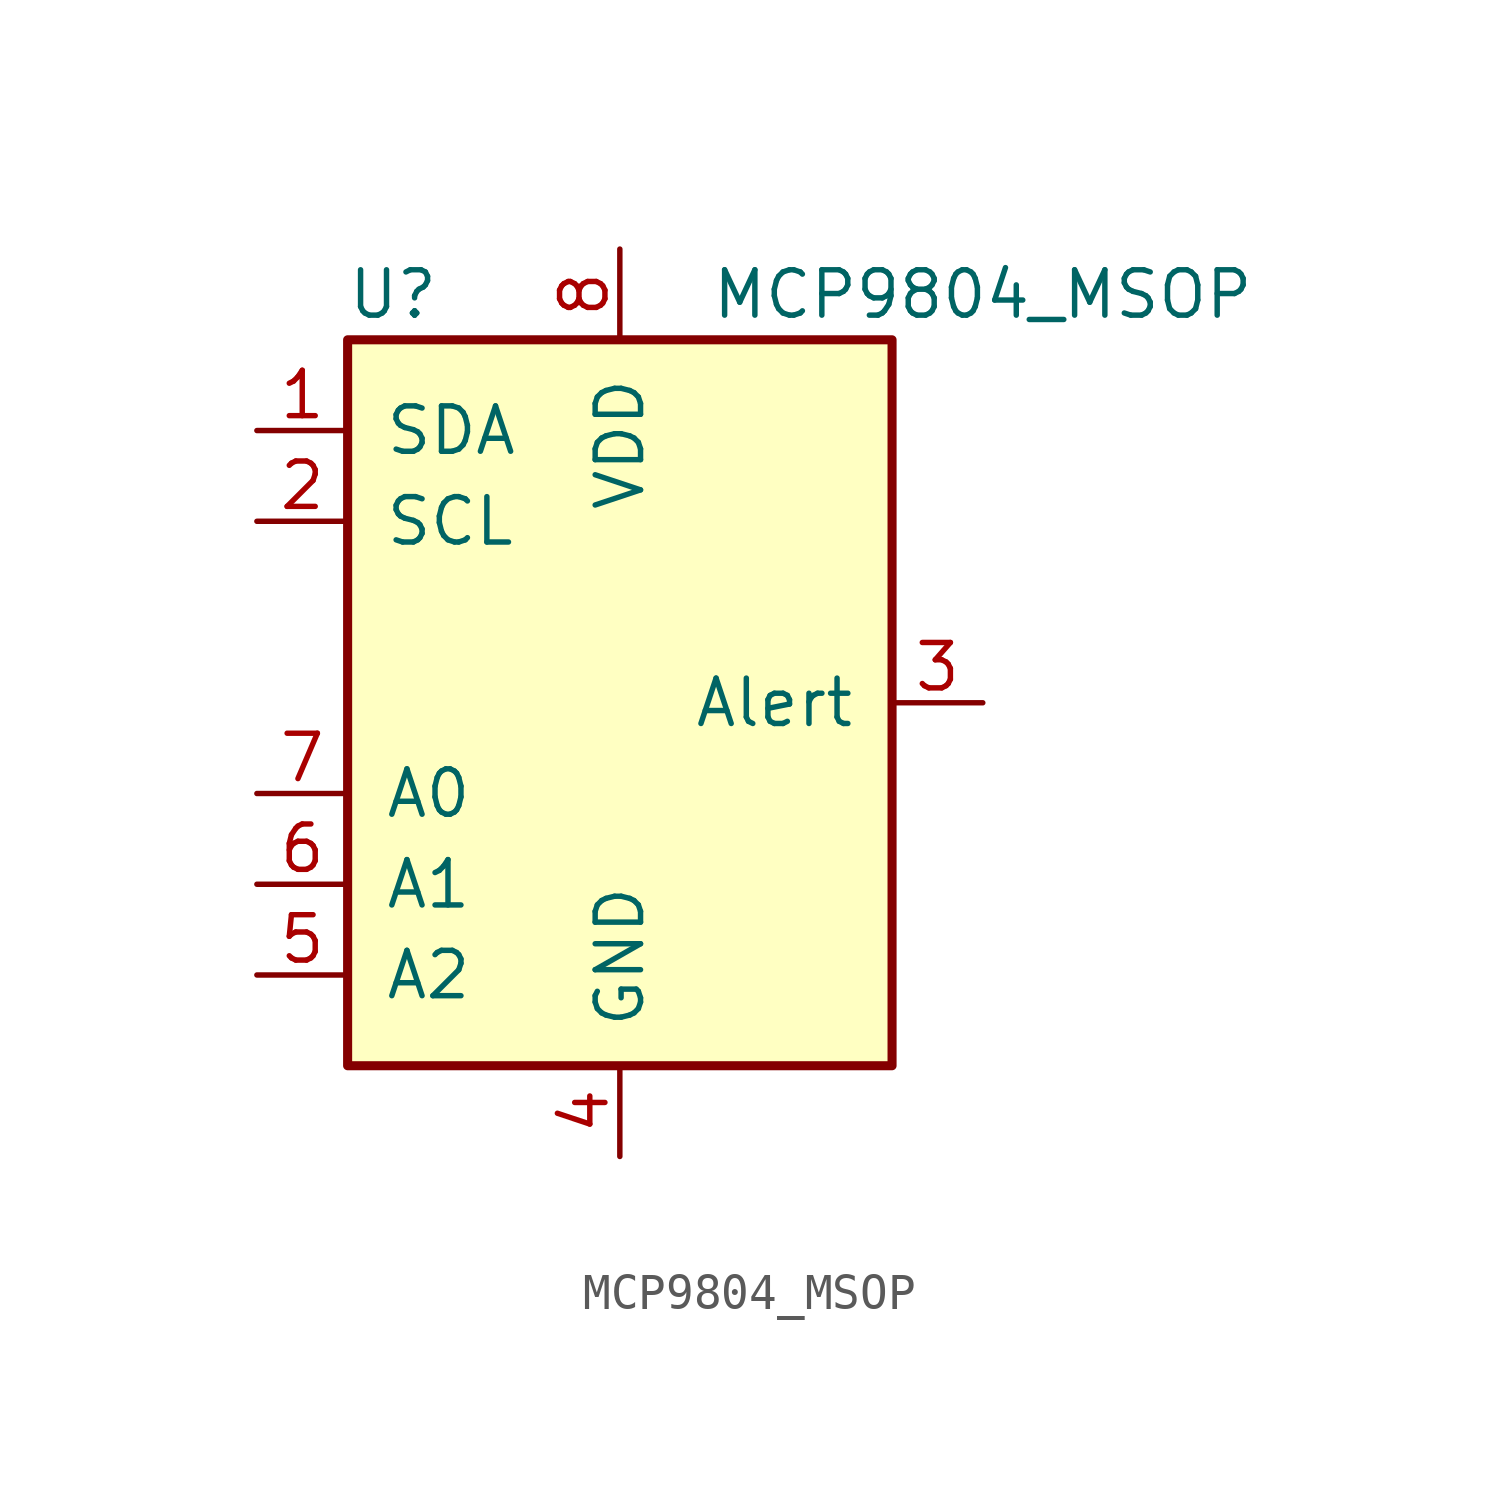
<source format=kicad_sym>
(kicad_symbol_lib
  (version 20211014)
  (generator kicad_symbol_editor)
  (symbol "MCP9804_MSOP"
    (pin_names
      (offset 1.016))
    (property "Reference" "U"
      (at -6.35 11.43 0)
      (effects (font (size 1.27 1.27))))
    (property "Value" "MCP9804_MSOP"
      (at 10.16 11.43 0)
      (effects (font (size 1.27 1.27))))
    (symbol "MCP9804_MSOP_0_1"
      (rectangle (start -7.62 10.16) (end 7.62 -10.16) (stroke (width 0.254) (type default) (color 0 0 0 0)) (fill (type background))))
    (symbol "MCP9804_MSOP_1_1"
      (pin bidirectional line (at -10.16 7.62 0) (length 2.54) (name "SDA" (effects (font (size 1.27 1.27)))) (number "1" (effects (font (size 1.27 1.27)))))
      (pin input line (at -10.16 5.08 0) (length 2.54) (name "SCL" (effects (font (size 1.27 1.27)))) (number "2" (effects (font (size 1.27 1.27)))))
      (pin output line (at 10.16 0 180) (length 2.54) (name "Alert" (effects (font (size 1.27 1.27)))) (number "3" (effects (font (size 1.27 1.27)))))
      (pin power_in line (at 0 -12.7 90) (length 2.54) (name "GND" (effects (font (size 1.27 1.27)))) (number "4" (effects (font (size 1.27 1.27)))))
      (pin input line (at -10.16 -7.62 0) (length 2.54) (name "A2" (effects (font (size 1.27 1.27)))) (number "5" (effects (font (size 1.27 1.27)))))
      (pin input line (at -10.16 -5.08 0) (length 2.54) (name "A1" (effects (font (size 1.27 1.27)))) (number "6" (effects (font (size 1.27 1.27)))))
      (pin input line (at -10.16 -2.54 0) (length 2.54) (name "A0" (effects (font (size 1.27 1.27)))) (number "7" (effects (font (size 1.27 1.27)))))
      (pin power_in line (at 0 12.7 270) (length 2.54) (name "VDD" (effects (font (size 1.27 1.27)))) (number "8" (effects (font (size 1.27 1.27))))))))
</source>
